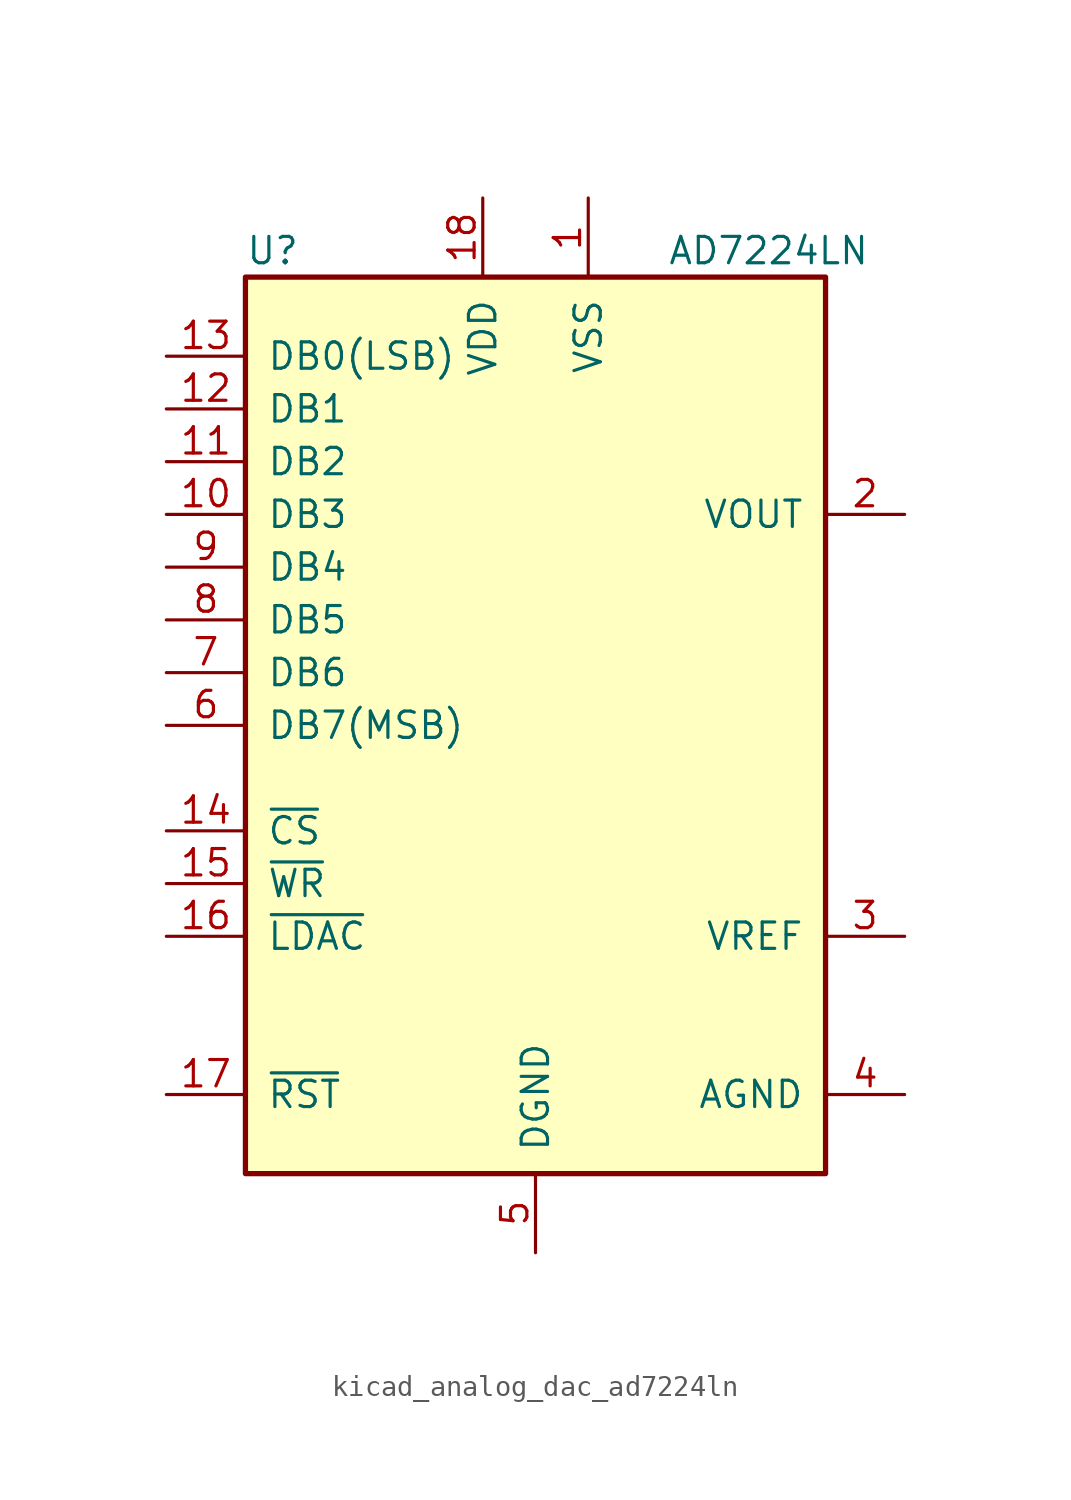
<source format=kicad_sym>
(kicad_symbol_lib
  (version 20220914)
  (generator kicad_symbol_editor)
  (symbol "kicad_analog_dac_ad7224ln"
    (pin_names
      (offset 1.016))
    (property "Reference" "U"
      (at -13.97 22.86 0)
      (effects (font (size 1.27 1.27)) (justify left)))
    (property "Value" "AD7224LN"
      (at 6.35 22.86 0)
      (effects (font (size 1.27 1.27)) (justify left)))
    (symbol "kicad_analog_dac_ad7224ln_1_1"
      (rectangle (start -13.97 -21.59) (end 13.97 21.59) (stroke (width 0.254) (type default)) (fill (type background)))
      (pin power_in line (at 2.54 25.4 270) (length 3.81) (name "VSS" (effects (font (size 1.27 1.27)))) (number "1" (effects (font (size 1.27 1.27)))))
      (pin input line (at -17.78 10.16 0) (length 3.81) (name "DB3" (effects (font (size 1.27 1.27)))) (number "10" (effects (font (size 1.27 1.27)))))
      (pin input line (at -17.78 12.7 0) (length 3.81) (name "DB2" (effects (font (size 1.27 1.27)))) (number "11" (effects (font (size 1.27 1.27)))))
      (pin input line (at -17.78 15.24 0) (length 3.81) (name "DB1" (effects (font (size 1.27 1.27)))) (number "12" (effects (font (size 1.27 1.27)))))
      (pin input line (at -17.78 17.78 0) (length 3.81) (name "DB0(LSB)" (effects (font (size 1.27 1.27)))) (number "13" (effects (font (size 1.27 1.27)))))
      (pin input line (at -17.78 -5.08 0) (length 3.81) (name "~{CS}" (effects (font (size 1.27 1.27)))) (number "14" (effects (font (size 1.27 1.27)))))
      (pin input line (at -17.78 -7.62 0) (length 3.81) (name "~{WR}" (effects (font (size 1.27 1.27)))) (number "15" (effects (font (size 1.27 1.27)))))
      (pin input line (at -17.78 -10.16 0) (length 3.81) (name "~{LDAC}" (effects (font (size 1.27 1.27)))) (number "16" (effects (font (size 1.27 1.27)))))
      (pin input line (at -17.78 -17.78 0) (length 3.81) (name "~{RST}" (effects (font (size 1.27 1.27)))) (number "17" (effects (font (size 1.27 1.27)))))
      (pin power_in line (at -2.54 25.4 270) (length 3.81) (name "VDD" (effects (font (size 1.27 1.27)))) (number "18" (effects (font (size 1.27 1.27)))))
      (pin output line (at 17.78 10.16 180) (length 3.81) (name "VOUT" (effects (font (size 1.27 1.27)))) (number "2" (effects (font (size 1.27 1.27)))))
      (pin passive line (at 17.78 -10.16 180) (length 3.81) (name "VREF" (effects (font (size 1.27 1.27)))) (number "3" (effects (font (size 1.27 1.27)))))
      (pin passive line (at 17.78 -17.78 180) (length 3.81) (name "AGND" (effects (font (size 1.27 1.27)))) (number "4" (effects (font (size 1.27 1.27)))))
      (pin power_in line (at 0 -25.4 90) (length 3.81) (name "DGND" (effects (font (size 1.27 1.27)))) (number "5" (effects (font (size 1.27 1.27)))))
      (pin input line (at -17.78 0 0) (length 3.81) (name "DB7(MSB)" (effects (font (size 1.27 1.27)))) (number "6" (effects (font (size 1.27 1.27)))))
      (pin input line (at -17.78 2.54 0) (length 3.81) (name "DB6" (effects (font (size 1.27 1.27)))) (number "7" (effects (font (size 1.27 1.27)))))
      (pin input line (at -17.78 5.08 0) (length 3.81) (name "DB5" (effects (font (size 1.27 1.27)))) (number "8" (effects (font (size 1.27 1.27)))))
      (pin input line (at -17.78 7.62 0) (length 3.81) (name "DB4" (effects (font (size 1.27 1.27)))) (number "9" (effects (font (size 1.27 1.27))))))))
</source>
